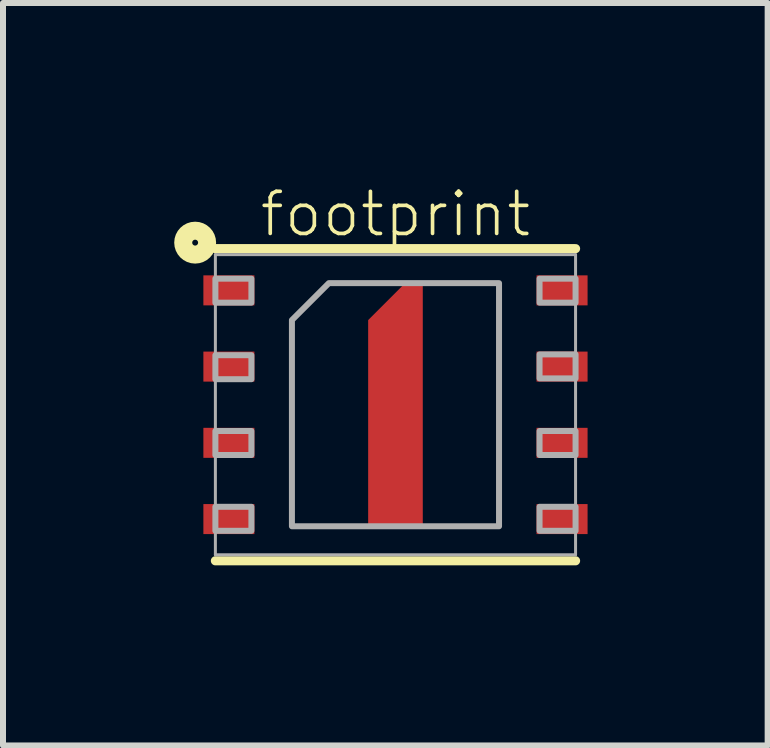
<source format=kicad_pcb>
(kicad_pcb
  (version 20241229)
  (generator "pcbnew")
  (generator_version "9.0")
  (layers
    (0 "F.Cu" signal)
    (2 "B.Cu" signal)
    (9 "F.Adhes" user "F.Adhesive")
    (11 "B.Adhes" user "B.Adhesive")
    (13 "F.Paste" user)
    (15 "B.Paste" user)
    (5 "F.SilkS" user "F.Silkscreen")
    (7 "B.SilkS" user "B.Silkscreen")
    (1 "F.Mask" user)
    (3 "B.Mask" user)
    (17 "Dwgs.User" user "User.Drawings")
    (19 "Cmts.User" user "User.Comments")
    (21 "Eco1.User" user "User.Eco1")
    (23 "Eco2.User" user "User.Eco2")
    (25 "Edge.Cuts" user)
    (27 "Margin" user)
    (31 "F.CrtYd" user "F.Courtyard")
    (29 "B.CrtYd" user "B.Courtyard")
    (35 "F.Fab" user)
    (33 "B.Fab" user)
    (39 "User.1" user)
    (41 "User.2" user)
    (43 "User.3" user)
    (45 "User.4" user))
  (footprint "footprint"
    (layer "F.Cu")
    (at 3.538 3.692)
    (property "Reference" "footprint" (at 0 -3.175 0) (layer "F.SilkS") (effects (font (size 0.701 0.701) (thickness 0.061))))
    (fp_poly (pts (xy 0.455 2.025) (xy -0.455 2.025) (xy -0.455 -1.41) (xy 0.16 -2.025) (xy 0.455 -2.025)) (stroke (width 0) (type solid)) (fill yes) (layer "F.Cu"))
    (fp_poly (pts (xy 0.555 2.125) (xy -0.555 2.125) (xy -0.555 -1.485) (xy 0.11 -2.15) (xy 0.555 -2.15)) (stroke (width 0) (type solid)) (fill yes) (layer "F.Mask"))
    (fp_line (start -3 -2.6) (end 3 -2.6) (stroke (width 0.152) (type solid)) (layer "F.SilkS"))
    (fp_line (start -3 2.6) (end 3 2.6) (stroke (width 0.152) (type solid)) (layer "F.SilkS"))
    (fp_circle (center -3.337 -2.7) (end -3.288 -2.7) (stroke (width 0.3) (type solid)) (fill no) (layer "F.SilkS"))
    (fp_poly (pts (xy -0.4 0.4) (xy 0.4 0.4) (xy 0.4 -0.4) (xy -0.4 -0.4)) (stroke (width 0) (type solid)) (fill yes) (layer "F.Paste"))
    (fp_line (start -3 -2.5) (end 3 -2.5) (stroke (width 0.05) (type solid)) (layer "F.Fab"))
    (fp_line (start -3 2.5) (end -3 -2.5) (stroke (width 0.05) (type solid)) (layer "F.Fab"))
    (fp_line (start 3 -2.5) (end 3 2.5) (stroke (width 0.05) (type solid)) (layer "F.Fab"))
    (fp_line (start 3 2.5) (end -3 2.5) (stroke (width 0.05) (type solid)) (layer "F.Fab"))
    (fp_poly (pts (xy -3 -1.7) (xy -2.4 -1.7) (xy -2.4 -2.1) (xy -3 -2.1)) (stroke (width 0.1) (type solid)) (fill no) (layer "F.Fab"))
    (fp_poly (pts (xy -3 -0.425) (xy -2.4 -0.425) (xy -2.4 -0.825) (xy -3 -0.825)) (stroke (width 0.1) (type solid)) (fill no) (layer "F.Fab"))
    (fp_poly (pts (xy -3 0.838) (xy -2.4 0.838) (xy -2.4 0.438) (xy -3 0.438)) (stroke (width 0.1) (type solid)) (fill no) (layer "F.Fab"))
    (fp_poly (pts (xy -3 2.1) (xy -2.4 2.1) (xy -2.4 1.7) (xy -3 1.7)) (stroke (width 0.1) (type solid)) (fill no) (layer "F.Fab"))
    (fp_poly (pts (xy 2.4 -1.7) (xy 3 -1.7) (xy 3 -2.1) (xy 2.4 -2.1)) (stroke (width 0.1) (type solid)) (fill no) (layer "F.Fab"))
    (fp_poly (pts (xy 2.4 -0.438) (xy 3 -0.438) (xy 3 -0.838) (xy 2.4 -0.838)) (stroke (width 0.1) (type solid)) (fill no) (layer "F.Fab"))
    (fp_poly (pts (xy 2.4 0.838) (xy 3 0.838) (xy 3 0.438) (xy 2.4 0.438)) (stroke (width 0.1) (type solid)) (fill no) (layer "F.Fab"))
    (fp_poly (pts (xy 2.4 2.1) (xy 3 2.1) (xy 3 1.7) (xy 2.4 1.7)) (stroke (width 0.1) (type solid)) (fill no) (layer "F.Fab"))
    (fp_poly (pts (xy 1.725 2.025) (xy -1.725 2.025) (xy -1.725 -1.41) (xy -1.11 -2.025) (xy 1.725 -2.025)) (stroke (width 0.1) (type solid)) (fill no) (layer "F.Fab"))
    (pad "1" smd rect (at -2.775 -1.905 90) (size 0.5 0.85) (layers "F.Cu" "F.Mask" "F.Paste"))
    (pad "2" smd rect (at -2.775 -0.635 90) (size 0.5 0.85) (layers "F.Cu" "F.Mask" "F.Paste"))
    (pad "3" smd rect (at -2.775 0.635 90) (size 0.5 0.85) (layers "F.Cu" "F.Mask" "F.Paste"))
    (pad "4" smd rect (at -2.775 1.905 90) (size 0.5 0.85) (layers "F.Cu" "F.Mask" "F.Paste"))
    (pad "5" smd rect (at 2.775 1.905 90) (size 0.5 0.85) (layers "F.Cu" "F.Mask" "F.Paste"))
    (pad "6" smd rect (at 2.775 0.635 90) (size 0.5 0.85) (layers "F.Cu" "F.Mask" "F.Paste"))
    (pad "7" smd rect (at 2.775 -0.635 90) (size 0.5 0.85) (layers "F.Cu" "F.Mask" "F.Paste"))
    (pad "8" smd rect (at 2.775 -1.905 90) (size 0.5 0.85) (layers "F.Cu" "F.Mask" "F.Paste")))
  (gr_rect
    (start -3 -3)
    (end 9.738 9.368)
    (stroke (width 0.1) (type default))
    (fill no)
    (layer "Edge.Cuts")))
</source>
